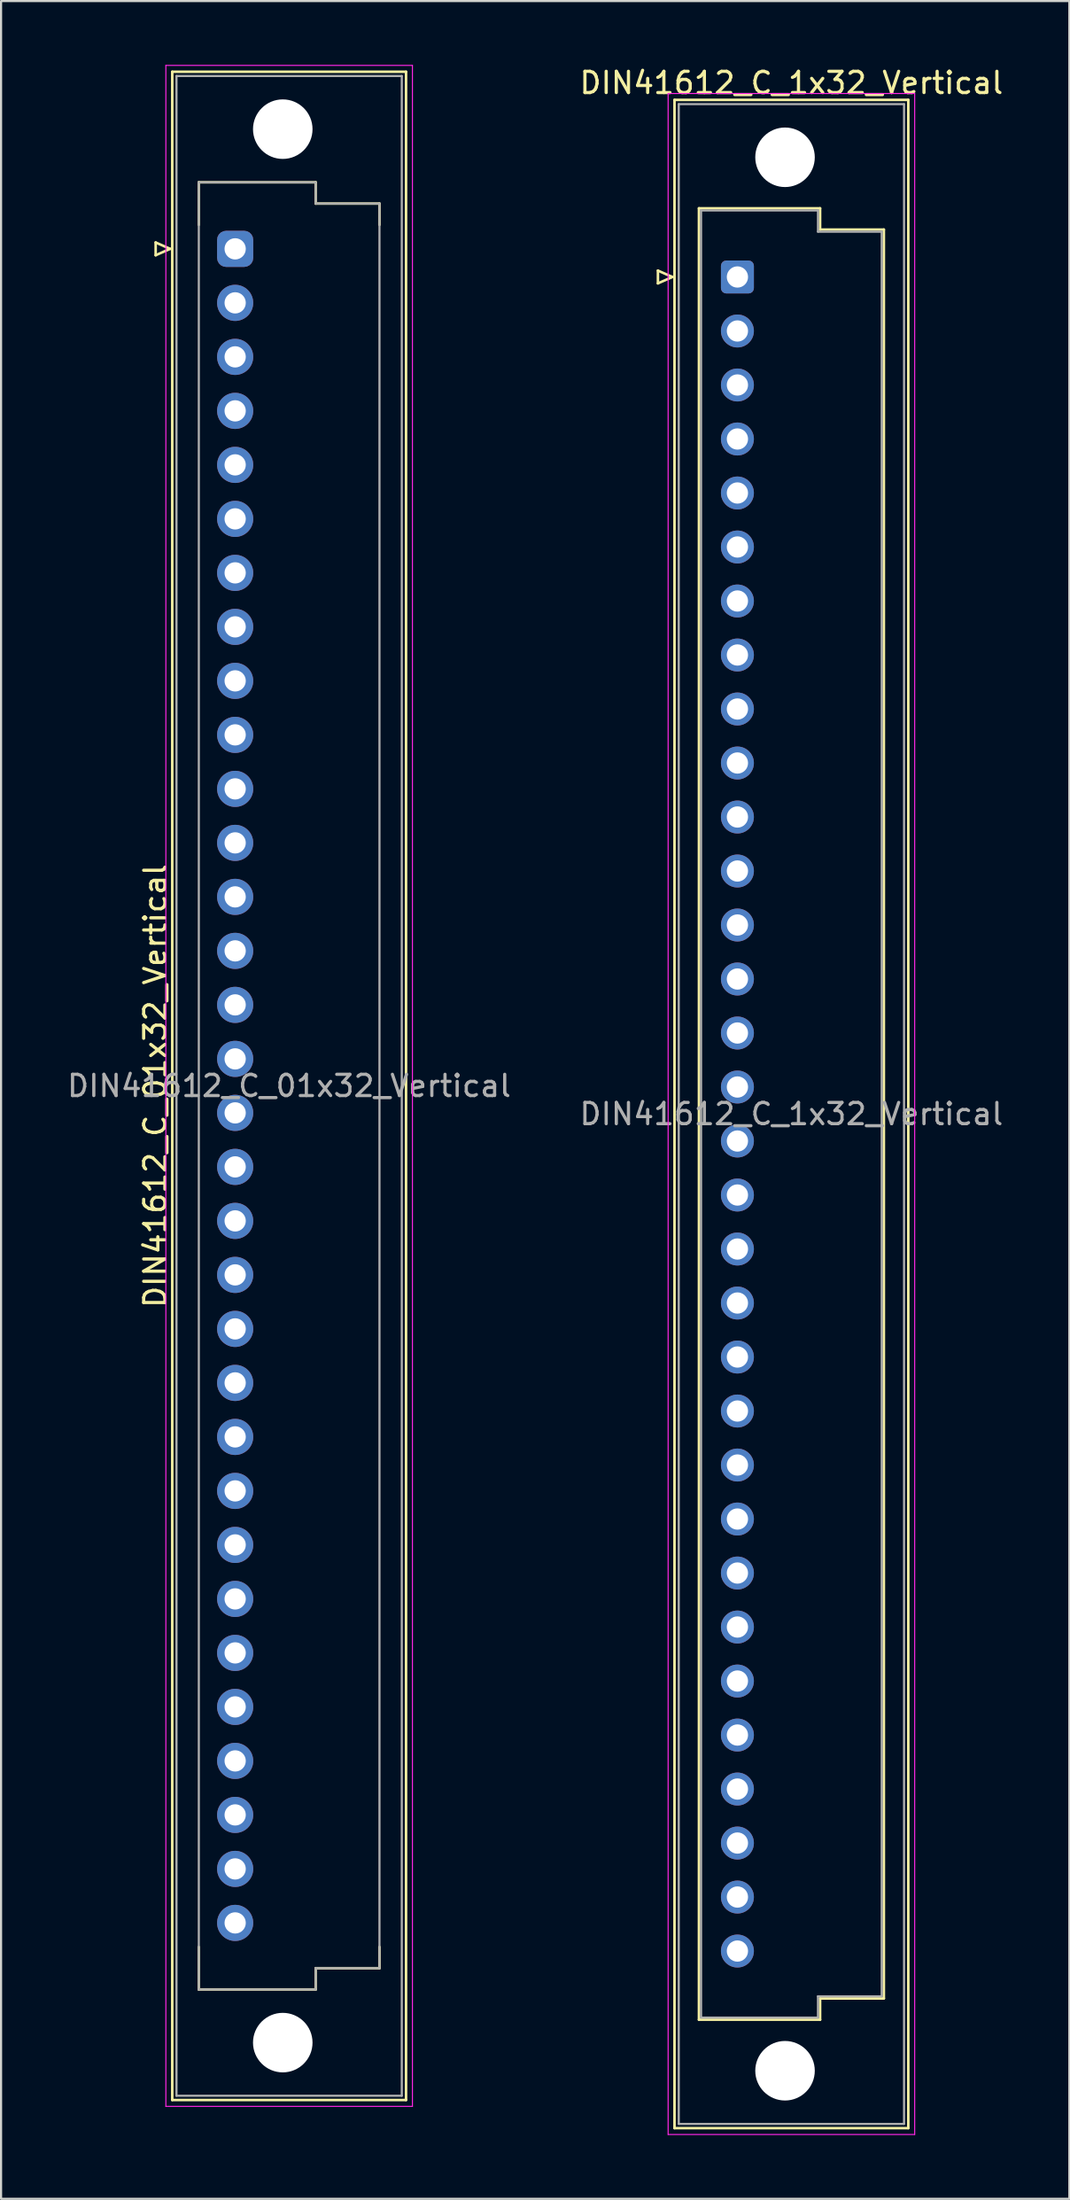
<source format=kicad_pcb>
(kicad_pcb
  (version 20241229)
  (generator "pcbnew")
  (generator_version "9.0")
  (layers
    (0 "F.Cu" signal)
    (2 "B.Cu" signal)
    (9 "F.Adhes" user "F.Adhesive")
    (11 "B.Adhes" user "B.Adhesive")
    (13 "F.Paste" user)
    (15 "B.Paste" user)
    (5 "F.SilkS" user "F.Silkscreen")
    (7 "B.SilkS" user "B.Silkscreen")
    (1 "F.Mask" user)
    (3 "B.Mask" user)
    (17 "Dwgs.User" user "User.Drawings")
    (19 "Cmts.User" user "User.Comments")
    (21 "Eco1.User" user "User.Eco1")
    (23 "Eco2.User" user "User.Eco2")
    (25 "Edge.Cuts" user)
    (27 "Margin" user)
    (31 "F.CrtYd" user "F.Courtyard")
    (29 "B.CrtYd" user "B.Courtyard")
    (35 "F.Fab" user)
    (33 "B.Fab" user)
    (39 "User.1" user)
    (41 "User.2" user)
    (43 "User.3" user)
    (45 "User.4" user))
  (footprint "DIN41612_C_1x32_Vertical"
    (layer "F.Cu")
    (at 31.645 9.978)
    (property "Reference" "DIN41612_C_1x32_Vertical" (at 2.54 -9.13 0) (layer "F.SilkS") (effects (font (size 1 1) (thickness 0.15))))
    (attr through_hole)
    (fp_line (start -3.74 -0.3) (end -3.74 0.3) (stroke (width 0.12) (type solid)) (layer "F.SilkS"))
    (fp_line (start -3.74 0.3) (end -3.06 0) (stroke (width 0.12) (type solid)) (layer "F.SilkS"))
    (fp_line (start -3.06 0) (end -3.74 -0.3) (stroke (width 0.12) (type solid)) (layer "F.SilkS"))
    (fp_line (start -2.96 -8.33) (end 8.04 -8.33) (stroke (width 0.12) (type solid)) (layer "F.SilkS"))
    (fp_line (start -2.96 87.07) (end -2.96 -8.33) (stroke (width 0.12) (type solid)) (layer "F.SilkS"))
    (fp_line (start -1.81 -3.23) (end 3.89 -3.23) (stroke (width 0.12) (type solid)) (layer "F.SilkS"))
    (fp_line (start -1.81 81.97) (end -1.81 -3.23) (stroke (width 0.12) (type solid)) (layer "F.SilkS"))
    (fp_line (start 3.89 -3.23) (end 3.89 -2.23) (stroke (width 0.12) (type solid)) (layer "F.SilkS"))
    (fp_line (start 3.89 -2.23) (end 6.89 -2.23) (stroke (width 0.12) (type solid)) (layer "F.SilkS"))
    (fp_line (start 3.89 80.97) (end 3.89 81.97) (stroke (width 0.12) (type solid)) (layer "F.SilkS"))
    (fp_line (start 3.89 81.97) (end -1.81 81.97) (stroke (width 0.12) (type solid)) (layer "F.SilkS"))
    (fp_line (start 6.89 -2.23) (end 6.89 80.97) (stroke (width 0.12) (type solid)) (layer "F.SilkS"))
    (fp_line (start 6.89 80.97) (end 3.89 80.97) (stroke (width 0.12) (type solid)) (layer "F.SilkS"))
    (fp_line (start 8.04 -8.33) (end 8.04 87.07) (stroke (width 0.12) (type solid)) (layer "F.SilkS"))
    (fp_line (start 8.04 87.07) (end -2.96 87.07) (stroke (width 0.12) (type solid)) (layer "F.SilkS"))
    (fp_line (start -3.26 -8.63) (end 8.34 -8.63) (stroke (width 0.05) (type solid)) (layer "F.CrtYd"))
    (fp_line (start -3.26 87.37) (end -3.26 -8.63) (stroke (width 0.05) (type solid)) (layer "F.CrtYd"))
    (fp_line (start 8.34 -8.63) (end 8.34 87.37) (stroke (width 0.05) (type solid)) (layer "F.CrtYd"))
    (fp_line (start 8.34 87.37) (end -3.26 87.37) (stroke (width 0.05) (type solid)) (layer "F.CrtYd"))
    (fp_line (start -2.76 -8.13) (end 7.84 -8.13) (stroke (width 0.1) (type solid)) (layer "F.Fab"))
    (fp_line (start -2.76 86.87) (end -2.76 -8.13) (stroke (width 0.1) (type solid)) (layer "F.Fab"))
    (fp_line (start -1.71 -3.13) (end 3.79 -3.13) (stroke (width 0.1) (type solid)) (layer "F.Fab"))
    (fp_line (start -1.71 81.87) (end -1.71 -3.13) (stroke (width 0.1) (type solid)) (layer "F.Fab"))
    (fp_line (start 3.79 -3.13) (end 3.79 -2.13) (stroke (width 0.1) (type solid)) (layer "F.Fab"))
    (fp_line (start 3.79 -2.13) (end 6.79 -2.13) (stroke (width 0.1) (type solid)) (layer "F.Fab"))
    (fp_line (start 3.79 80.87) (end 3.79 81.87) (stroke (width 0.1) (type solid)) (layer "F.Fab"))
    (fp_line (start 3.79 81.87) (end -1.71 81.87) (stroke (width 0.1) (type solid)) (layer "F.Fab"))
    (fp_line (start 6.79 -2.13) (end 6.79 80.87) (stroke (width 0.1) (type solid)) (layer "F.Fab"))
    (fp_line (start 6.79 80.87) (end 3.79 80.87) (stroke (width 0.1) (type solid)) (layer "F.Fab"))
    (fp_line (start 7.84 -8.13) (end 7.84 86.87) (stroke (width 0.1) (type solid)) (layer "F.Fab"))
    (fp_line (start 7.84 86.87) (end -2.76 86.87) (stroke (width 0.1) (type solid)) (layer "F.Fab"))
    (fp_text user "${REFERENCE}" (at 2.54 39.37 0) (layer "F.Fab") (effects (font (size 1 1) (thickness 0.15))))
    (pad "" np_thru_hole circle (at 2.24 -5.63) (size 2.8 2.8) (drill 2.8) (layers "*.Cu" "*.Mask"))
    (pad "" np_thru_hole circle (at 2.24 84.37) (size 2.8 2.8) (drill 2.8) (layers "*.Cu" "*.Mask"))
    (pad "a1" thru_hole roundrect (at 0 0) (size 1.55 1.55) (drill 1) (layers "*.Cu" "*.Mask") (roundrect_rratio 0.161))
    (pad "a2" thru_hole circle (at 0 2.54) (size 1.55 1.55) (drill 1) (layers "*.Cu" "*.Mask"))
    (pad "a3" thru_hole circle (at 0 5.08) (size 1.55 1.55) (drill 1) (layers "*.Cu" "*.Mask"))
    (pad "a4" thru_hole circle (at 0 7.62) (size 1.55 1.55) (drill 1) (layers "*.Cu" "*.Mask"))
    (pad "a5" thru_hole circle (at 0 10.16) (size 1.55 1.55) (drill 1) (layers "*.Cu" "*.Mask"))
    (pad "a6" thru_hole circle (at 0 12.7) (size 1.55 1.55) (drill 1) (layers "*.Cu" "*.Mask"))
    (pad "a7" thru_hole circle (at 0 15.24) (size 1.55 1.55) (drill 1) (layers "*.Cu" "*.Mask"))
    (pad "a8" thru_hole circle (at 0 17.78) (size 1.55 1.55) (drill 1) (layers "*.Cu" "*.Mask"))
    (pad "a9" thru_hole circle (at 0 20.32) (size 1.55 1.55) (drill 1) (layers "*.Cu" "*.Mask"))
    (pad "a10" thru_hole circle (at 0 22.86) (size 1.55 1.55) (drill 1) (layers "*.Cu" "*.Mask"))
    (pad "a11" thru_hole circle (at 0 25.4) (size 1.55 1.55) (drill 1) (layers "*.Cu" "*.Mask"))
    (pad "a12" thru_hole circle (at 0 27.94) (size 1.55 1.55) (drill 1) (layers "*.Cu" "*.Mask"))
    (pad "a13" thru_hole circle (at 0 30.48) (size 1.55 1.55) (drill 1) (layers "*.Cu" "*.Mask"))
    (pad "a14" thru_hole circle (at 0 33.02) (size 1.55 1.55) (drill 1) (layers "*.Cu" "*.Mask"))
    (pad "a15" thru_hole circle (at 0 35.56) (size 1.55 1.55) (drill 1) (layers "*.Cu" "*.Mask"))
    (pad "a16" thru_hole circle (at 0 38.1) (size 1.55 1.55) (drill 1) (layers "*.Cu" "*.Mask"))
    (pad "a17" thru_hole circle (at 0 40.64) (size 1.55 1.55) (drill 1) (layers "*.Cu" "*.Mask"))
    (pad "a18" thru_hole circle (at 0 43.18) (size 1.55 1.55) (drill 1) (layers "*.Cu" "*.Mask"))
    (pad "a19" thru_hole circle (at 0 45.72) (size 1.55 1.55) (drill 1) (layers "*.Cu" "*.Mask"))
    (pad "a20" thru_hole circle (at 0 48.26) (size 1.55 1.55) (drill 1) (layers "*.Cu" "*.Mask"))
    (pad "a21" thru_hole circle (at 0 50.8) (size 1.55 1.55) (drill 1) (layers "*.Cu" "*.Mask"))
    (pad "a22" thru_hole circle (at 0 53.34) (size 1.55 1.55) (drill 1) (layers "*.Cu" "*.Mask"))
    (pad "a23" thru_hole circle (at 0 55.88) (size 1.55 1.55) (drill 1) (layers "*.Cu" "*.Mask"))
    (pad "a24" thru_hole circle (at 0 58.42) (size 1.55 1.55) (drill 1) (layers "*.Cu" "*.Mask"))
    (pad "a25" thru_hole circle (at 0 60.96) (size 1.55 1.55) (drill 1) (layers "*.Cu" "*.Mask"))
    (pad "a26" thru_hole circle (at 0 63.5) (size 1.55 1.55) (drill 1) (layers "*.Cu" "*.Mask"))
    (pad "a27" thru_hole circle (at 0 66.04) (size 1.55 1.55) (drill 1) (layers "*.Cu" "*.Mask"))
    (pad "a28" thru_hole circle (at 0 68.58) (size 1.55 1.55) (drill 1) (layers "*.Cu" "*.Mask"))
    (pad "a29" thru_hole circle (at 0 71.12) (size 1.55 1.55) (drill 1) (layers "*.Cu" "*.Mask"))
    (pad "a30" thru_hole circle (at 0 73.66) (size 1.55 1.55) (drill 1) (layers "*.Cu" "*.Mask"))
    (pad "a31" thru_hole circle (at 0 76.2) (size 1.55 1.55) (drill 1) (layers "*.Cu" "*.Mask"))
    (pad "a32" thru_hole circle (at 0 78.74) (size 1.55 1.55) (drill 1) (layers "*.Cu" "*.Mask")))
  (footprint "DIN41612_C_01x32_Vertical"
    (layer "F.Cu")
    (at 8.014 8.655)
    (property "Reference" "DIN41612_C_01x32_Vertical" (at -3.76 39.37 90) (layer "F.SilkS") (effects (font (size 1 1) (thickness 0.15))))
    (attr through_hole)
    (fp_line (start -3.74 -0.3) (end -3.74 0.3) (stroke (width 0.12) (type solid)) (layer "F.SilkS"))
    (fp_line (start -3.74 0.3) (end -3.06 0) (stroke (width 0.12) (type solid)) (layer "F.SilkS"))
    (fp_line (start -3.06 0) (end -3.74 -0.3) (stroke (width 0.12) (type solid)) (layer "F.SilkS"))
    (fp_line (start -2.96 -8.33) (end 8.04 -8.33) (stroke (width 0.12) (type solid)) (layer "F.SilkS"))
    (fp_line (start -2.96 87.07) (end -2.96 -8.33) (stroke (width 0.12) (type solid)) (layer "F.SilkS"))
    (fp_line (start -1.71 -3.13) (end 3.79 -3.13) (stroke (width 0.12) (type solid)) (layer "F.SilkS"))
    (fp_line (start -1.71 -1.13) (end -1.71 -3.13) (stroke (width 0.12) (type solid)) (layer "F.SilkS"))
    (fp_line (start -1.71 79.87) (end -1.71 81.87) (stroke (width 0.12) (type solid)) (layer "F.SilkS"))
    (fp_line (start -1.71 81.87) (end 3.79 81.87) (stroke (width 0.12) (type solid)) (layer "F.SilkS"))
    (fp_line (start 3.79 -3.13) (end 3.79 -2.13) (stroke (width 0.12) (type solid)) (layer "F.SilkS"))
    (fp_line (start 3.79 -2.13) (end 6.79 -2.13) (stroke (width 0.12) (type solid)) (layer "F.SilkS"))
    (fp_line (start 3.79 80.87) (end 6.79 80.87) (stroke (width 0.12) (type solid)) (layer "F.SilkS"))
    (fp_line (start 3.79 81.87) (end 3.79 80.87) (stroke (width 0.12) (type solid)) (layer "F.SilkS"))
    (fp_line (start 6.79 -2.13) (end 6.79 -1.13) (stroke (width 0.12) (type solid)) (layer "F.SilkS"))
    (fp_line (start 6.79 80.87) (end 6.79 79.87) (stroke (width 0.12) (type solid)) (layer "F.SilkS"))
    (fp_line (start 8.04 -8.33) (end 8.04 87.07) (stroke (width 0.12) (type solid)) (layer "F.SilkS"))
    (fp_line (start 8.04 87.07) (end -2.96 87.07) (stroke (width 0.12) (type solid)) (layer "F.SilkS"))
    (fp_line (start -3.26 -8.63) (end 8.34 -8.63) (stroke (width 0.05) (type solid)) (layer "F.CrtYd"))
    (fp_line (start -3.26 87.37) (end -3.26 -8.63) (stroke (width 0.05) (type solid)) (layer "F.CrtYd"))
    (fp_line (start 8.34 -8.63) (end 8.34 87.37) (stroke (width 0.05) (type solid)) (layer "F.CrtYd"))
    (fp_line (start 8.34 87.37) (end -3.26 87.37) (stroke (width 0.05) (type solid)) (layer "F.CrtYd"))
    (fp_line (start -2.76 -8.13) (end 7.84 -8.13) (stroke (width 0.1) (type solid)) (layer "F.Fab"))
    (fp_line (start -2.76 86.87) (end -2.76 -8.13) (stroke (width 0.1) (type solid)) (layer "F.Fab"))
    (fp_line (start -1.71 -3.13) (end 3.79 -3.13) (stroke (width 0.1) (type solid)) (layer "F.Fab"))
    (fp_line (start -1.71 81.87) (end -1.71 -3.13) (stroke (width 0.1) (type solid)) (layer "F.Fab"))
    (fp_line (start 3.79 -3.13) (end 3.79 -2.13) (stroke (width 0.1) (type solid)) (layer "F.Fab"))
    (fp_line (start 3.79 -2.13) (end 6.79 -2.13) (stroke (width 0.1) (type solid)) (layer "F.Fab"))
    (fp_line (start 3.79 80.87) (end 3.79 81.87) (stroke (width 0.1) (type solid)) (layer "F.Fab"))
    (fp_line (start 3.79 81.87) (end -1.71 81.87) (stroke (width 0.1) (type solid)) (layer "F.Fab"))
    (fp_line (start 6.79 -2.13) (end 6.79 80.87) (stroke (width 0.1) (type solid)) (layer "F.Fab"))
    (fp_line (start 6.79 80.87) (end 3.79 80.87) (stroke (width 0.1) (type solid)) (layer "F.Fab"))
    (fp_line (start 7.84 -8.13) (end 7.84 86.87) (stroke (width 0.1) (type solid)) (layer "F.Fab"))
    (fp_line (start 7.84 86.87) (end -2.76 86.87) (stroke (width 0.1) (type solid)) (layer "F.Fab"))
    (fp_text user "${REFERENCE}" (at 2.54 39.37 0) (layer "F.Fab") (effects (font (size 1 1) (thickness 0.15))))
    (pad "" np_thru_hole circle (at 2.24 -5.63) (size 2.8 2.8) (drill 2.8) (layers "*.Cu" "*.Mask"))
    (pad "" np_thru_hole circle (at 2.24 84.37) (size 2.8 2.8) (drill 2.8) (layers "*.Cu" "*.Mask"))
    (pad "a1" thru_hole roundrect (at 0 0) (size 1.7 1.7) (drill 1) (layers "*.Cu" "*.Mask") (roundrect_rratio 0.25))
    (pad "a2" thru_hole circle (at 0 2.54) (size 1.7 1.7) (drill 1) (layers "*.Cu" "*.Mask"))
    (pad "a3" thru_hole circle (at 0 5.08) (size 1.7 1.7) (drill 1) (layers "*.Cu" "*.Mask"))
    (pad "a4" thru_hole circle (at 0 7.62) (size 1.7 1.7) (drill 1) (layers "*.Cu" "*.Mask"))
    (pad "a5" thru_hole circle (at 0 10.16) (size 1.7 1.7) (drill 1) (layers "*.Cu" "*.Mask"))
    (pad "a6" thru_hole circle (at 0 12.7) (size 1.7 1.7) (drill 1) (layers "*.Cu" "*.Mask"))
    (pad "a7" thru_hole circle (at 0 15.24) (size 1.7 1.7) (drill 1) (layers "*.Cu" "*.Mask"))
    (pad "a8" thru_hole circle (at 0 17.78) (size 1.7 1.7) (drill 1) (layers "*.Cu" "*.Mask"))
    (pad "a9" thru_hole circle (at 0 20.32) (size 1.7 1.7) (drill 1) (layers "*.Cu" "*.Mask"))
    (pad "a10" thru_hole circle (at 0 22.86) (size 1.7 1.7) (drill 1) (layers "*.Cu" "*.Mask"))
    (pad "a11" thru_hole circle (at 0 25.4) (size 1.7 1.7) (drill 1) (layers "*.Cu" "*.Mask"))
    (pad "a12" thru_hole circle (at 0 27.94) (size 1.7 1.7) (drill 1) (layers "*.Cu" "*.Mask"))
    (pad "a13" thru_hole circle (at 0 30.48) (size 1.7 1.7) (drill 1) (layers "*.Cu" "*.Mask"))
    (pad "a14" thru_hole circle (at 0 33.02) (size 1.7 1.7) (drill 1) (layers "*.Cu" "*.Mask"))
    (pad "a15" thru_hole circle (at 0 35.56) (size 1.7 1.7) (drill 1) (layers "*.Cu" "*.Mask"))
    (pad "a16" thru_hole circle (at 0 38.1) (size 1.7 1.7) (drill 1) (layers "*.Cu" "*.Mask"))
    (pad "a17" thru_hole circle (at 0 40.64) (size 1.7 1.7) (drill 1) (layers "*.Cu" "*.Mask"))
    (pad "a18" thru_hole circle (at 0 43.18) (size 1.7 1.7) (drill 1) (layers "*.Cu" "*.Mask"))
    (pad "a19" thru_hole circle (at 0 45.72) (size 1.7 1.7) (drill 1) (layers "*.Cu" "*.Mask"))
    (pad "a20" thru_hole circle (at 0 48.26) (size 1.7 1.7) (drill 1) (layers "*.Cu" "*.Mask"))
    (pad "a21" thru_hole circle (at 0 50.8) (size 1.7 1.7) (drill 1) (layers "*.Cu" "*.Mask"))
    (pad "a22" thru_hole circle (at 0 53.34) (size 1.7 1.7) (drill 1) (layers "*.Cu" "*.Mask"))
    (pad "a23" thru_hole circle (at 0 55.88) (size 1.7 1.7) (drill 1) (layers "*.Cu" "*.Mask"))
    (pad "a24" thru_hole circle (at 0 58.42) (size 1.7 1.7) (drill 1) (layers "*.Cu" "*.Mask"))
    (pad "a25" thru_hole circle (at 0 60.96) (size 1.7 1.7) (drill 1) (layers "*.Cu" "*.Mask"))
    (pad "a26" thru_hole circle (at 0 63.5) (size 1.7 1.7) (drill 1) (layers "*.Cu" "*.Mask"))
    (pad "a27" thru_hole circle (at 0 66.04) (size 1.7 1.7) (drill 1) (layers "*.Cu" "*.Mask"))
    (pad "a28" thru_hole circle (at 0 68.58) (size 1.7 1.7) (drill 1) (layers "*.Cu" "*.Mask"))
    (pad "a29" thru_hole circle (at 0 71.12) (size 1.7 1.7) (drill 1) (layers "*.Cu" "*.Mask"))
    (pad "a30" thru_hole circle (at 0 73.66) (size 1.7 1.7) (drill 1) (layers "*.Cu" "*.Mask"))
    (pad "a31" thru_hole circle (at 0 76.2) (size 1.7 1.7) (drill 1) (layers "*.Cu" "*.Mask"))
    (pad "a32" thru_hole circle (at 0 78.74) (size 1.7 1.7) (drill 1) (layers "*.Cu" "*.Mask")))
  (gr_rect
    (start -3 -3)
    (end 47.262 100.373)
    (stroke (width 0.1) (type default))
    (fill no)
    (layer "Edge.Cuts")))
</source>
